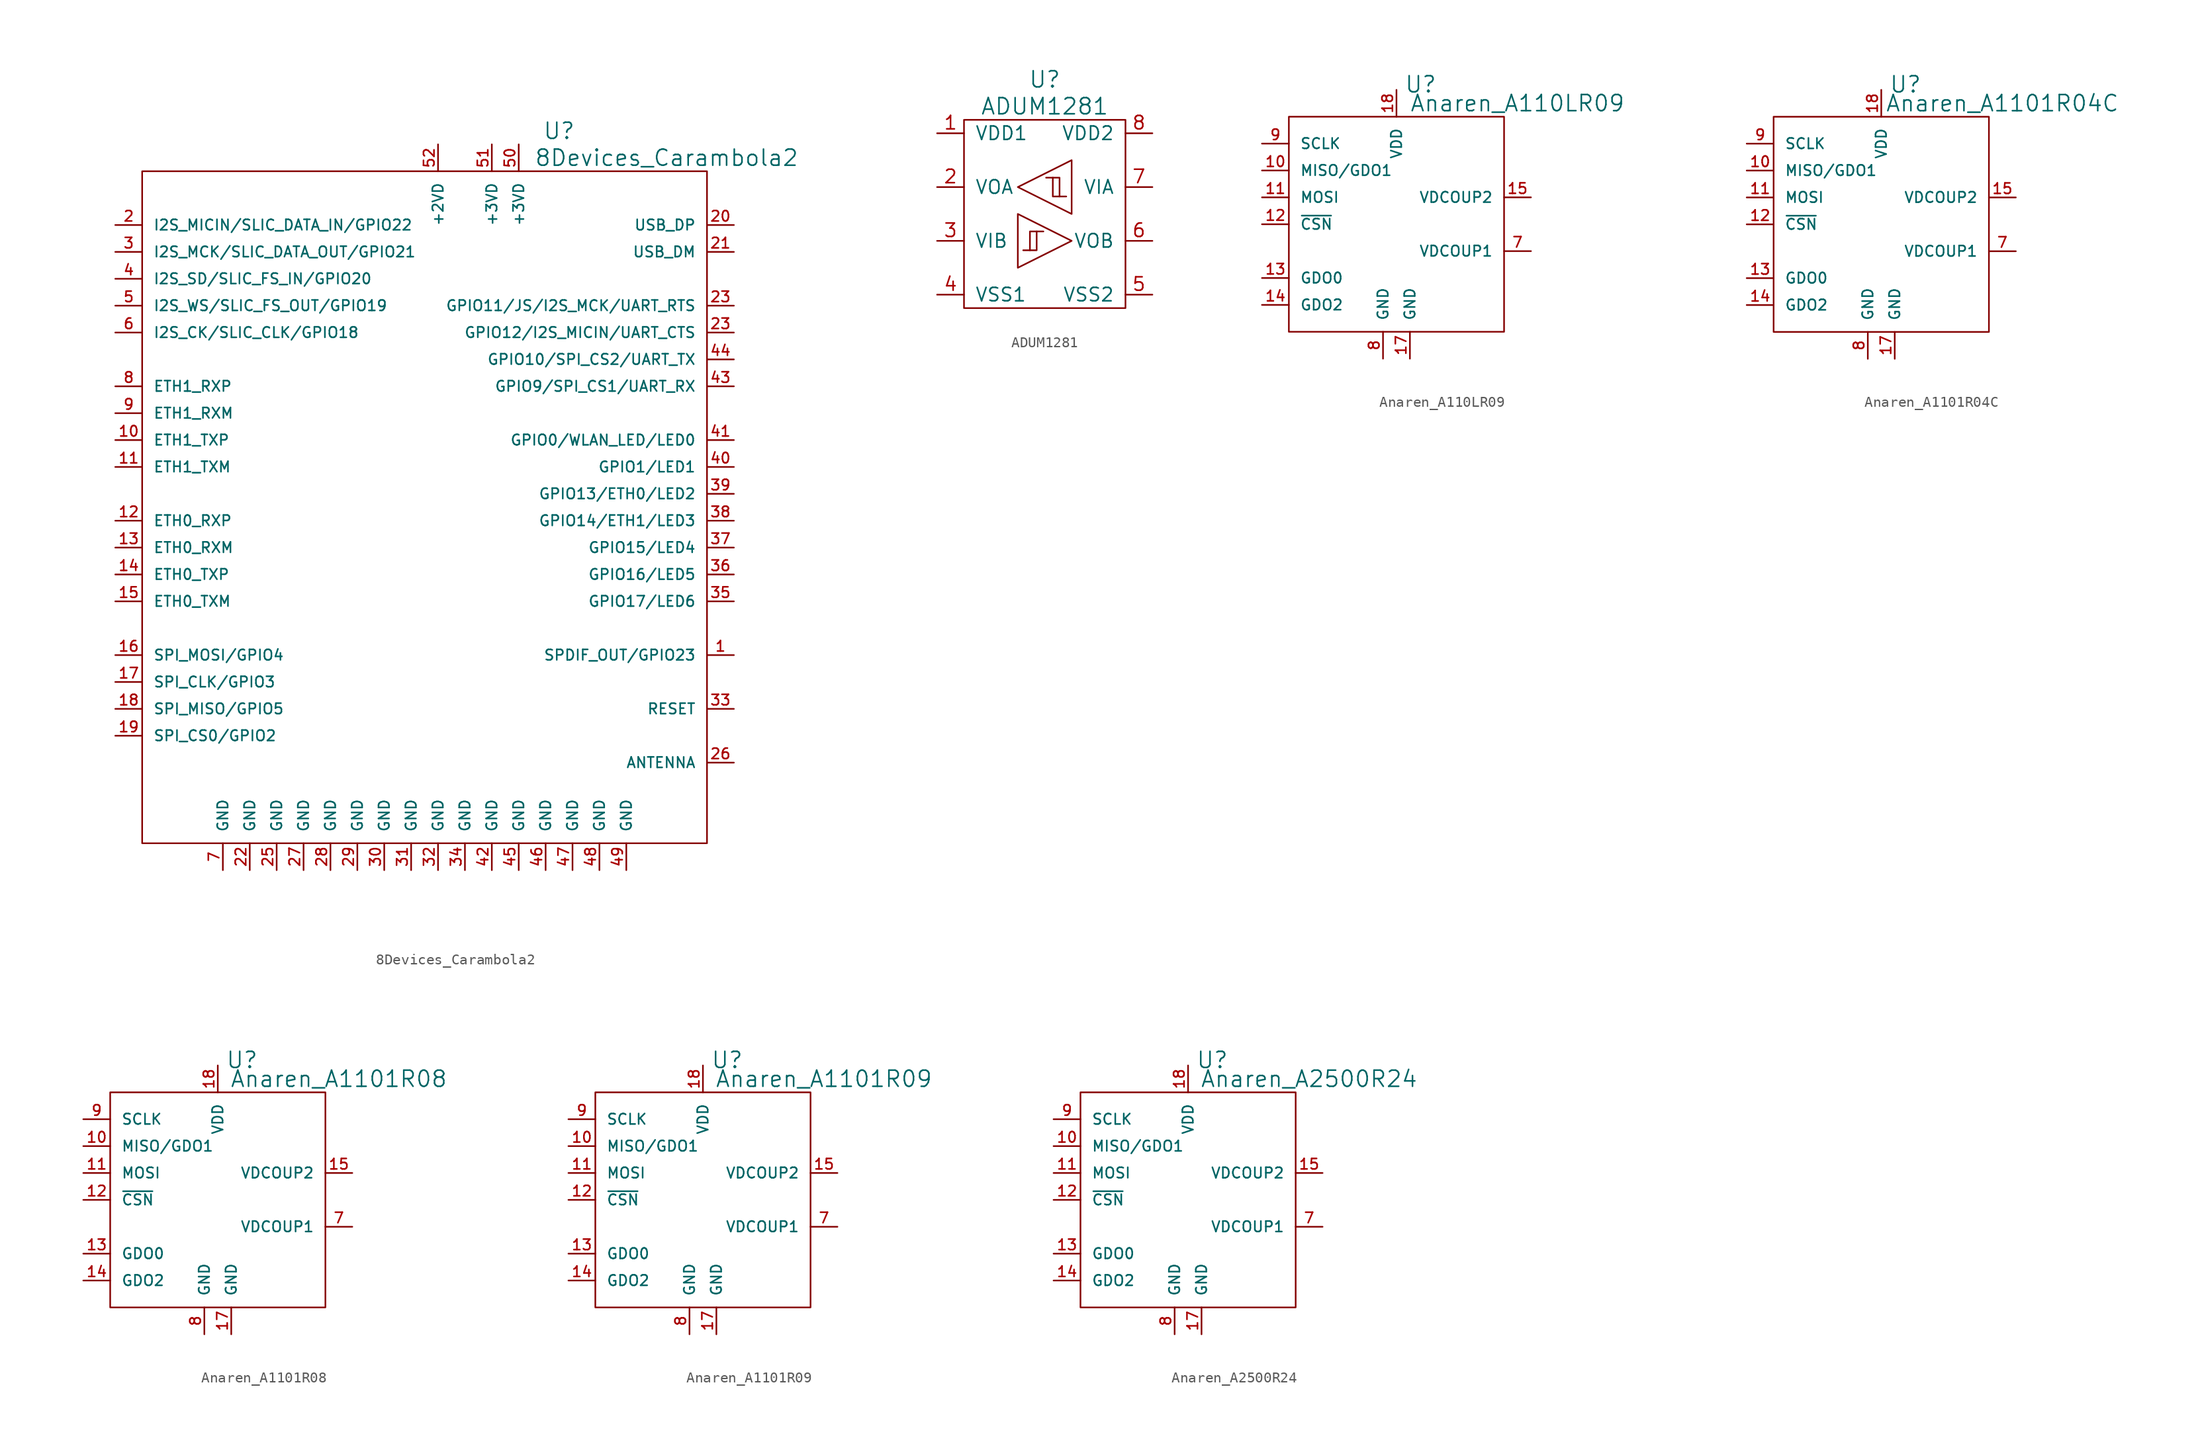
<source format=kicad_sym>
(kicad_symbol_lib
  (version 20220914)
  (generator kicad_symbol_editor)
  (symbol "8Devices_Carambola2"
    (pin_names
      (offset 1.016))
    (property "Reference" "U"
      (at 12.7 35.56 0)
      (effects (font (size 1.524 1.524))))
    (property "Value" "8Devices_Carambola2"
      (at 22.86 33.02 0)
      (effects (font (size 1.524 1.524))))
    (property "Footprint" ""
      (at 1.27 0 0)
      (effects (font (size 1.524 1.524))))
    (property "Datasheet" ""
      (at 0 0 0)
      (effects (font (size 1.524 1.524))))
    (symbol "8Devices_Carambola2_0_1"
      (rectangle (start 26.67 -31.75) (end -26.67 31.75) (stroke (width 0) (type solid)) (fill (type none))))
    (symbol "8Devices_Carambola2_1_1"
      (pin passive line (at 29.21 -13.97 180) (length 2.54) (name "SPDIF_OUT/GPIO23" (effects (font (size 0.991 0.991)))) (number "1" (effects (font (size 0.991 0.991)))))
      (pin passive line (at -29.21 6.35 0) (length 2.54) (name "ETH1_TXP" (effects (font (size 0.991 0.991)))) (number "10" (effects (font (size 0.991 0.991)))))
      (pin passive line (at -29.21 3.81 0) (length 2.54) (name "ETH1_TXM" (effects (font (size 0.991 0.991)))) (number "11" (effects (font (size 0.991 0.991)))))
      (pin passive line (at -29.21 -1.27 0) (length 2.54) (name "ETH0_RXP" (effects (font (size 0.991 0.991)))) (number "12" (effects (font (size 0.991 0.991)))))
      (pin passive line (at -29.21 -3.81 0) (length 2.54) (name "ETH0_RXM" (effects (font (size 0.991 0.991)))) (number "13" (effects (font (size 0.991 0.991)))))
      (pin passive line (at -29.21 -6.35 0) (length 2.54) (name "ETH0_TXP" (effects (font (size 0.991 0.991)))) (number "14" (effects (font (size 0.991 0.991)))))
      (pin passive line (at -29.21 -8.89 0) (length 2.54) (name "ETH0_TXM" (effects (font (size 0.991 0.991)))) (number "15" (effects (font (size 0.991 0.991)))))
      (pin passive line (at -29.21 -13.97 0) (length 2.54) (name "SPI_MOSI/GPIO4" (effects (font (size 0.991 0.991)))) (number "16" (effects (font (size 0.991 0.991)))))
      (pin passive line (at -29.21 -16.51 0) (length 2.54) (name "SPI_CLK/GPIO3" (effects (font (size 0.991 0.991)))) (number "17" (effects (font (size 0.991 0.991)))))
      (pin passive line (at -29.21 -19.05 0) (length 2.54) (name "SPI_MISO/GPIO5" (effects (font (size 0.991 0.991)))) (number "18" (effects (font (size 0.991 0.991)))))
      (pin passive line (at -29.21 -21.59 0) (length 2.54) (name "SPI_CS0/GPIO2" (effects (font (size 0.991 0.991)))) (number "19" (effects (font (size 0.991 0.991)))))
      (pin passive line (at -29.21 26.67 0) (length 2.54) (name "I2S_MICIN/SLIC_DATA_IN/GPIO22" (effects (font (size 0.991 0.991)))) (number "2" (effects (font (size 0.991 0.991)))))
      (pin passive line (at 29.21 26.67 180) (length 2.54) (name "USB_DP" (effects (font (size 0.991 0.991)))) (number "20" (effects (font (size 0.991 0.991)))))
      (pin passive line (at 29.21 24.13 180) (length 2.54) (name "USB_DM" (effects (font (size 0.991 0.991)))) (number "21" (effects (font (size 0.991 0.991)))))
      (pin passive line (at -16.51 -34.29 90) (length 2.54) (name "GND" (effects (font (size 0.991 0.991)))) (number "22" (effects (font (size 0.991 0.991)))))
      (pin passive line (at 29.21 19.05 180) (length 2.54) (name "GPIO11/JS/I2S_MCK/UART_RTS" (effects (font (size 0.991 0.991)))) (number "23" (effects (font (size 0.991 0.991)))))
      (pin passive line (at 29.21 16.51 180) (length 2.54) (name "GPIO12/I2S_MICIN/UART_CTS" (effects (font (size 0.991 0.991)))) (number "23" (effects (font (size 0.991 0.991)))))
      (pin passive line (at -13.97 -34.29 90) (length 2.54) (name "GND" (effects (font (size 0.991 0.991)))) (number "25" (effects (font (size 0.991 0.991)))))
      (pin passive line (at 29.21 -24.13 180) (length 2.54) (name "ANTENNA" (effects (font (size 0.991 0.991)))) (number "26" (effects (font (size 0.991 0.991)))))
      (pin passive line (at -11.43 -34.29 90) (length 2.54) (name "GND" (effects (font (size 0.991 0.991)))) (number "27" (effects (font (size 0.991 0.991)))))
      (pin passive line (at -8.89 -34.29 90) (length 2.54) (name "GND" (effects (font (size 0.991 0.991)))) (number "28" (effects (font (size 0.991 0.991)))))
      (pin passive line (at -6.35 -34.29 90) (length 2.54) (name "GND" (effects (font (size 0.991 0.991)))) (number "29" (effects (font (size 0.991 0.991)))))
      (pin passive line (at -29.21 24.13 0) (length 2.54) (name "I2S_MCK/SLIC_DATA_OUT/GPIO21" (effects (font (size 0.991 0.991)))) (number "3" (effects (font (size 0.991 0.991)))))
      (pin passive line (at -3.81 -34.29 90) (length 2.54) (name "GND" (effects (font (size 0.991 0.991)))) (number "30" (effects (font (size 0.991 0.991)))))
      (pin passive line (at -1.27 -34.29 90) (length 2.54) (name "GND" (effects (font (size 0.991 0.991)))) (number "31" (effects (font (size 0.991 0.991)))))
      (pin passive line (at 1.27 -34.29 90) (length 2.54) (name "GND" (effects (font (size 0.991 0.991)))) (number "32" (effects (font (size 0.991 0.991)))))
      (pin passive line (at 29.21 -19.05 180) (length 2.54) (name "RESET" (effects (font (size 0.991 0.991)))) (number "33" (effects (font (size 0.991 0.991)))))
      (pin passive line (at 3.81 -34.29 90) (length 2.54) (name "GND" (effects (font (size 0.991 0.991)))) (number "34" (effects (font (size 0.991 0.991)))))
      (pin passive line (at 29.21 -8.89 180) (length 2.54) (name "GPIO17/LED6" (effects (font (size 0.991 0.991)))) (number "35" (effects (font (size 0.991 0.991)))))
      (pin passive line (at 29.21 -6.35 180) (length 2.54) (name "GPIO16/LED5" (effects (font (size 0.991 0.991)))) (number "36" (effects (font (size 0.991 0.991)))))
      (pin passive line (at 29.21 -3.81 180) (length 2.54) (name "GPIO15/LED4" (effects (font (size 0.991 0.991)))) (number "37" (effects (font (size 0.991 0.991)))))
      (pin passive line (at 29.21 -1.27 180) (length 2.54) (name "GPIO14/ETH1/LED3" (effects (font (size 0.991 0.991)))) (number "38" (effects (font (size 0.991 0.991)))))
      (pin passive line (at 29.21 1.27 180) (length 2.54) (name "GPIO13/ETH0/LED2" (effects (font (size 0.991 0.991)))) (number "39" (effects (font (size 0.991 0.991)))))
      (pin passive line (at -29.21 21.59 0) (length 2.54) (name "I2S_SD/SLIC_FS_IN/GPIO20" (effects (font (size 0.991 0.991)))) (number "4" (effects (font (size 0.991 0.991)))))
      (pin passive line (at 29.21 3.81 180) (length 2.54) (name "GPIO1/LED1" (effects (font (size 0.991 0.991)))) (number "40" (effects (font (size 0.991 0.991)))))
      (pin passive line (at 29.21 6.35 180) (length 2.54) (name "GPIO0/WLAN_LED/LED0" (effects (font (size 0.991 0.991)))) (number "41" (effects (font (size 0.991 0.991)))))
      (pin passive line (at 6.35 -34.29 90) (length 2.54) (name "GND" (effects (font (size 0.991 0.991)))) (number "42" (effects (font (size 0.991 0.991)))))
      (pin passive line (at 29.21 11.43 180) (length 2.54) (name "GPIO9/SPI_CS1/UART_RX" (effects (font (size 0.991 0.991)))) (number "43" (effects (font (size 0.991 0.991)))))
      (pin passive line (at 29.21 13.97 180) (length 2.54) (name "GPIO10/SPI_CS2/UART_TX" (effects (font (size 0.991 0.991)))) (number "44" (effects (font (size 0.991 0.991)))))
      (pin passive line (at 8.89 -34.29 90) (length 2.54) (name "GND" (effects (font (size 0.991 0.991)))) (number "45" (effects (font (size 0.991 0.991)))))
      (pin passive line (at 11.43 -34.29 90) (length 2.54) (name "GND" (effects (font (size 0.991 0.991)))) (number "46" (effects (font (size 0.991 0.991)))))
      (pin passive line (at 13.97 -34.29 90) (length 2.54) (name "GND" (effects (font (size 0.991 0.991)))) (number "47" (effects (font (size 0.991 0.991)))))
      (pin passive line (at 16.51 -34.29 90) (length 2.54) (name "GND" (effects (font (size 0.991 0.991)))) (number "48" (effects (font (size 0.991 0.991)))))
      (pin passive line (at 19.05 -34.29 90) (length 2.54) (name "GND" (effects (font (size 0.991 0.991)))) (number "49" (effects (font (size 0.991 0.991)))))
      (pin passive line (at -29.21 19.05 0) (length 2.54) (name "I2S_WS/SLIC_FS_OUT/GPIO19" (effects (font (size 0.991 0.991)))) (number "5" (effects (font (size 0.991 0.991)))))
      (pin passive line (at 8.89 34.29 270) (length 2.54) (name "+3VD" (effects (font (size 0.991 0.991)))) (number "50" (effects (font (size 0.991 0.991)))))
      (pin passive line (at 6.35 34.29 270) (length 2.54) (name "+3VD" (effects (font (size 0.991 0.991)))) (number "51" (effects (font (size 0.991 0.991)))))
      (pin passive line (at 1.27 34.29 270) (length 2.54) (name "+2VD" (effects (font (size 0.991 0.991)))) (number "52" (effects (font (size 0.991 0.991)))))
      (pin passive line (at -29.21 16.51 0) (length 2.54) (name "I2S_CK/SLIC_CLK/GPIO18" (effects (font (size 0.991 0.991)))) (number "6" (effects (font (size 0.991 0.991)))))
      (pin passive line (at -19.05 -34.29 90) (length 2.54) (name "GND" (effects (font (size 0.991 0.991)))) (number "7" (effects (font (size 0.991 0.991)))))
      (pin passive line (at -29.21 11.43 0) (length 2.54) (name "ETH1_RXP" (effects (font (size 0.991 0.991)))) (number "8" (effects (font (size 0.991 0.991)))))
      (pin passive line (at -29.21 8.89 0) (length 2.54) (name "ETH1_RXM" (effects (font (size 0.991 0.991)))) (number "9" (effects (font (size 0.991 0.991)))))))
  (symbol "ADUM1281"
    (pin_names
      (offset 1.016))
    (property "Reference" "U"
      (at 0 12.7 0)
      (effects (font (size 1.524 1.524))))
    (property "Value" "ADUM1281"
      (at 0 10.16 0)
      (effects (font (size 1.524 1.524))))
    (property "Footprint" ""
      (at 0 0 0)
      (effects (font (size 1.524 1.524))))
    (property "Datasheet" ""
      (at 0 0 0)
      (effects (font (size 1.524 1.524))))
    (symbol "ADUM1281_0_1"
      (rectangle (start -7.62 8.89) (end 7.62 -8.89) (stroke (width 0) (type solid)) (fill (type none)))
      (polyline (pts (xy -0.762 -1.651) (xy -1.397 -1.651) (xy -1.397 -3.429)) (stroke (width 0) (type solid)) (fill (type none)))
      (polyline (pts (xy 0.762 3.429) (xy 1.397 3.429) (xy 1.397 1.651)) (stroke (width 0) (type solid)) (fill (type none)))
      (polyline (pts (xy -2.54 2.54) (xy 2.54 5.08) (xy 2.54 0) (xy -2.54 2.54)) (stroke (width 0) (type solid)) (fill (type none)))
      (polyline (pts (xy -2.032 -3.429) (xy -0.762 -3.429) (xy -0.762 -1.651) (xy -0.127 -1.651)) (stroke (width 0) (type solid)) (fill (type none)))
      (polyline (pts (xy 2.032 1.651) (xy 0.762 1.651) (xy 0.762 3.429) (xy 0.127 3.429)) (stroke (width 0) (type solid)) (fill (type none)))
      (polyline (pts (xy 2.54 -2.54) (xy -2.54 0) (xy -2.54 -5.08) (xy 2.54 -2.54)) (stroke (width 0) (type solid)) (fill (type none))))
    (symbol "ADUM1281_1_1"
      (pin passive line (at -10.16 7.62 0) (length 2.54) (name "VDD1" (effects (font (size 1.27 1.27)))) (number "1" (effects (font (size 1.27 1.27)))))
      (pin passive line (at -10.16 2.54 0) (length 2.54) (name "VOA" (effects (font (size 1.27 1.27)))) (number "2" (effects (font (size 1.27 1.27)))))
      (pin passive line (at -10.16 -2.54 0) (length 2.54) (name "VIB" (effects (font (size 1.27 1.27)))) (number "3" (effects (font (size 1.27 1.27)))))
      (pin passive line (at -10.16 -7.62 0) (length 2.54) (name "VSS1" (effects (font (size 1.27 1.27)))) (number "4" (effects (font (size 1.27 1.27)))))
      (pin passive line (at 10.16 -7.62 180) (length 2.54) (name "VSS2" (effects (font (size 1.27 1.27)))) (number "5" (effects (font (size 1.27 1.27)))))
      (pin passive line (at 10.16 -2.54 180) (length 2.54) (name "VOB" (effects (font (size 1.27 1.27)))) (number "6" (effects (font (size 1.27 1.27)))))
      (pin passive line (at 10.16 2.54 180) (length 2.54) (name "VIA" (effects (font (size 1.27 1.27)))) (number "7" (effects (font (size 1.27 1.27)))))
      (pin passive line (at 10.16 7.62 180) (length 2.54) (name "VDD2" (effects (font (size 1.27 1.27)))) (number "8" (effects (font (size 1.27 1.27)))))))
  (symbol "Anaren_A110LR09"
    (pin_names
      (offset 1.016))
    (property "Reference" "U"
      (at 2.286 13.208 0)
      (effects (font (size 1.524 1.524))))
    (property "Value" "Anaren_A110LR09"
      (at 11.43 11.43 0)
      (effects (font (size 1.524 1.524))))
    (property "Footprint" ""
      (at 0 0 0)
      (effects (font (size 1.524 1.524))))
    (property "Datasheet" ""
      (at 0 0 0)
      (effects (font (size 1.524 1.524))))
    (symbol "Anaren_A110LR09_0_1"
      (rectangle (start -10.16 10.16) (end 10.16 -10.16) (stroke (width 0) (type solid)) (fill (type none))))
    (symbol "Anaren_A110LR09_1_1"
      (pin passive line (at -12.7 5.08 0) (length 2.54) (name "MISO/GDO1" (effects (font (size 0.991 0.991)))) (number "10" (effects (font (size 0.991 0.991)))))
      (pin passive line (at -12.7 2.54 0) (length 2.54) (name "MOSI" (effects (font (size 0.991 0.991)))) (number "11" (effects (font (size 0.991 0.991)))))
      (pin passive line (at -12.7 0 0) (length 2.54) (name "~{CSN}" (effects (font (size 0.991 0.991)))) (number "12" (effects (font (size 0.991 0.991)))))
      (pin passive line (at -12.7 -5.08 0) (length 2.54) (name "GDO0" (effects (font (size 0.991 0.991)))) (number "13" (effects (font (size 0.991 0.991)))))
      (pin passive line (at -12.7 -7.62 0) (length 2.54) (name "GDO2" (effects (font (size 0.991 0.991)))) (number "14" (effects (font (size 0.991 0.991)))))
      (pin passive line (at 12.7 2.54 180) (length 2.54) (name "VDCOUP2" (effects (font (size 0.991 0.991)))) (number "15" (effects (font (size 0.991 0.991)))))
      (pin passive line (at 1.27 -12.7 90) (length 2.54) (name "GND" (effects (font (size 0.991 0.991)))) (number "17" (effects (font (size 0.991 0.991)))))
      (pin passive line (at 0 12.7 270) (length 2.54) (name "VDD" (effects (font (size 0.991 0.991)))) (number "18" (effects (font (size 0.991 0.991)))))
      (pin passive line (at 12.7 -2.54 180) (length 2.54) (name "VDCOUP1" (effects (font (size 0.991 0.991)))) (number "7" (effects (font (size 0.991 0.991)))))
      (pin passive line (at -1.27 -12.7 90) (length 2.54) (name "GND" (effects (font (size 0.991 0.991)))) (number "8" (effects (font (size 0.991 0.991)))))
      (pin passive line (at -12.7 7.62 0) (length 2.54) (name "SCLK" (effects (font (size 0.991 0.991)))) (number "9" (effects (font (size 0.991 0.991)))))))
  (symbol "Anaren_A1101R04C"
    (pin_names
      (offset 1.016))
    (property "Reference" "U"
      (at 2.286 13.208 0)
      (effects (font (size 1.524 1.524))))
    (property "Value" "Anaren_A1101R04C"
      (at 11.43 11.43 0)
      (effects (font (size 1.524 1.524))))
    (property "Footprint" ""
      (at 0 0 0)
      (effects (font (size 1.524 1.524))))
    (property "Datasheet" ""
      (at 0 0 0)
      (effects (font (size 1.524 1.524))))
    (symbol "Anaren_A1101R04C_0_1"
      (rectangle (start -10.16 10.16) (end 10.16 -10.16) (stroke (width 0) (type solid)) (fill (type none))))
    (symbol "Anaren_A1101R04C_1_1"
      (pin passive line (at -12.7 5.08 0) (length 2.54) (name "MISO/GDO1" (effects (font (size 0.991 0.991)))) (number "10" (effects (font (size 0.991 0.991)))))
      (pin passive line (at -12.7 2.54 0) (length 2.54) (name "MOSI" (effects (font (size 0.991 0.991)))) (number "11" (effects (font (size 0.991 0.991)))))
      (pin passive line (at -12.7 0 0) (length 2.54) (name "~{CSN}" (effects (font (size 0.991 0.991)))) (number "12" (effects (font (size 0.991 0.991)))))
      (pin passive line (at -12.7 -5.08 0) (length 2.54) (name "GDO0" (effects (font (size 0.991 0.991)))) (number "13" (effects (font (size 0.991 0.991)))))
      (pin passive line (at -12.7 -7.62 0) (length 2.54) (name "GDO2" (effects (font (size 0.991 0.991)))) (number "14" (effects (font (size 0.991 0.991)))))
      (pin passive line (at 12.7 2.54 180) (length 2.54) (name "VDCOUP2" (effects (font (size 0.991 0.991)))) (number "15" (effects (font (size 0.991 0.991)))))
      (pin passive line (at 1.27 -12.7 90) (length 2.54) (name "GND" (effects (font (size 0.991 0.991)))) (number "17" (effects (font (size 0.991 0.991)))))
      (pin passive line (at 0 12.7 270) (length 2.54) (name "VDD" (effects (font (size 0.991 0.991)))) (number "18" (effects (font (size 0.991 0.991)))))
      (pin passive line (at 12.7 -2.54 180) (length 2.54) (name "VDCOUP1" (effects (font (size 0.991 0.991)))) (number "7" (effects (font (size 0.991 0.991)))))
      (pin passive line (at -1.27 -12.7 90) (length 2.54) (name "GND" (effects (font (size 0.991 0.991)))) (number "8" (effects (font (size 0.991 0.991)))))
      (pin passive line (at -12.7 7.62 0) (length 2.54) (name "SCLK" (effects (font (size 0.991 0.991)))) (number "9" (effects (font (size 0.991 0.991)))))))
  (symbol "Anaren_A1101R08"
    (pin_names
      (offset 1.016))
    (property "Reference" "U"
      (at 2.286 13.208 0)
      (effects (font (size 1.524 1.524))))
    (property "Value" "Anaren_A1101R08"
      (at 11.43 11.43 0)
      (effects (font (size 1.524 1.524))))
    (property "Footprint" ""
      (at 0 0 0)
      (effects (font (size 1.524 1.524))))
    (property "Datasheet" ""
      (at 0 0 0)
      (effects (font (size 1.524 1.524))))
    (symbol "Anaren_A1101R08_0_1"
      (rectangle (start -10.16 10.16) (end 10.16 -10.16) (stroke (width 0) (type solid)) (fill (type none))))
    (symbol "Anaren_A1101R08_1_1"
      (pin passive line (at -12.7 5.08 0) (length 2.54) (name "MISO/GDO1" (effects (font (size 0.991 0.991)))) (number "10" (effects (font (size 0.991 0.991)))))
      (pin passive line (at -12.7 2.54 0) (length 2.54) (name "MOSI" (effects (font (size 0.991 0.991)))) (number "11" (effects (font (size 0.991 0.991)))))
      (pin passive line (at -12.7 0 0) (length 2.54) (name "~{CSN}" (effects (font (size 0.991 0.991)))) (number "12" (effects (font (size 0.991 0.991)))))
      (pin passive line (at -12.7 -5.08 0) (length 2.54) (name "GDO0" (effects (font (size 0.991 0.991)))) (number "13" (effects (font (size 0.991 0.991)))))
      (pin passive line (at -12.7 -7.62 0) (length 2.54) (name "GDO2" (effects (font (size 0.991 0.991)))) (number "14" (effects (font (size 0.991 0.991)))))
      (pin passive line (at 12.7 2.54 180) (length 2.54) (name "VDCOUP2" (effects (font (size 0.991 0.991)))) (number "15" (effects (font (size 0.991 0.991)))))
      (pin passive line (at 1.27 -12.7 90) (length 2.54) (name "GND" (effects (font (size 0.991 0.991)))) (number "17" (effects (font (size 0.991 0.991)))))
      (pin passive line (at 0 12.7 270) (length 2.54) (name "VDD" (effects (font (size 0.991 0.991)))) (number "18" (effects (font (size 0.991 0.991)))))
      (pin passive line (at 12.7 -2.54 180) (length 2.54) (name "VDCOUP1" (effects (font (size 0.991 0.991)))) (number "7" (effects (font (size 0.991 0.991)))))
      (pin passive line (at -1.27 -12.7 90) (length 2.54) (name "GND" (effects (font (size 0.991 0.991)))) (number "8" (effects (font (size 0.991 0.991)))))
      (pin passive line (at -12.7 7.62 0) (length 2.54) (name "SCLK" (effects (font (size 0.991 0.991)))) (number "9" (effects (font (size 0.991 0.991)))))))
  (symbol "Anaren_A1101R09"
    (pin_names
      (offset 1.016))
    (property "Reference" "U"
      (at 2.286 13.208 0)
      (effects (font (size 1.524 1.524))))
    (property "Value" "Anaren_A1101R09"
      (at 11.43 11.43 0)
      (effects (font (size 1.524 1.524))))
    (property "Footprint" ""
      (at 0 0 0)
      (effects (font (size 1.524 1.524))))
    (property "Datasheet" ""
      (at 0 0 0)
      (effects (font (size 1.524 1.524))))
    (symbol "Anaren_A1101R09_0_1"
      (rectangle (start -10.16 10.16) (end 10.16 -10.16) (stroke (width 0) (type solid)) (fill (type none))))
    (symbol "Anaren_A1101R09_1_1"
      (pin passive line (at -12.7 5.08 0) (length 2.54) (name "MISO/GDO1" (effects (font (size 0.991 0.991)))) (number "10" (effects (font (size 0.991 0.991)))))
      (pin passive line (at -12.7 2.54 0) (length 2.54) (name "MOSI" (effects (font (size 0.991 0.991)))) (number "11" (effects (font (size 0.991 0.991)))))
      (pin passive line (at -12.7 0 0) (length 2.54) (name "~{CSN}" (effects (font (size 0.991 0.991)))) (number "12" (effects (font (size 0.991 0.991)))))
      (pin passive line (at -12.7 -5.08 0) (length 2.54) (name "GDO0" (effects (font (size 0.991 0.991)))) (number "13" (effects (font (size 0.991 0.991)))))
      (pin passive line (at -12.7 -7.62 0) (length 2.54) (name "GDO2" (effects (font (size 0.991 0.991)))) (number "14" (effects (font (size 0.991 0.991)))))
      (pin passive line (at 12.7 2.54 180) (length 2.54) (name "VDCOUP2" (effects (font (size 0.991 0.991)))) (number "15" (effects (font (size 0.991 0.991)))))
      (pin passive line (at 1.27 -12.7 90) (length 2.54) (name "GND" (effects (font (size 0.991 0.991)))) (number "17" (effects (font (size 0.991 0.991)))))
      (pin passive line (at 0 12.7 270) (length 2.54) (name "VDD" (effects (font (size 0.991 0.991)))) (number "18" (effects (font (size 0.991 0.991)))))
      (pin passive line (at 12.7 -2.54 180) (length 2.54) (name "VDCOUP1" (effects (font (size 0.991 0.991)))) (number "7" (effects (font (size 0.991 0.991)))))
      (pin passive line (at -1.27 -12.7 90) (length 2.54) (name "GND" (effects (font (size 0.991 0.991)))) (number "8" (effects (font (size 0.991 0.991)))))
      (pin passive line (at -12.7 7.62 0) (length 2.54) (name "SCLK" (effects (font (size 0.991 0.991)))) (number "9" (effects (font (size 0.991 0.991)))))))
  (symbol "Anaren_A2500R24"
    (pin_names
      (offset 1.016))
    (property "Reference" "U"
      (at 2.286 13.208 0)
      (effects (font (size 1.524 1.524))))
    (property "Value" "Anaren_A2500R24"
      (at 11.43 11.43 0)
      (effects (font (size 1.524 1.524))))
    (property "Footprint" ""
      (at 0 0 0)
      (effects (font (size 1.524 1.524))))
    (property "Datasheet" ""
      (at 0 0 0)
      (effects (font (size 1.524 1.524))))
    (symbol "Anaren_A2500R24_0_1"
      (rectangle (start -10.16 10.16) (end 10.16 -10.16) (stroke (width 0) (type solid)) (fill (type none))))
    (symbol "Anaren_A2500R24_1_1"
      (pin passive line (at -12.7 5.08 0) (length 2.54) (name "MISO/GDO1" (effects (font (size 0.991 0.991)))) (number "10" (effects (font (size 0.991 0.991)))))
      (pin passive line (at -12.7 2.54 0) (length 2.54) (name "MOSI" (effects (font (size 0.991 0.991)))) (number "11" (effects (font (size 0.991 0.991)))))
      (pin passive line (at -12.7 0 0) (length 2.54) (name "~{CSN}" (effects (font (size 0.991 0.991)))) (number "12" (effects (font (size 0.991 0.991)))))
      (pin passive line (at -12.7 -5.08 0) (length 2.54) (name "GDO0" (effects (font (size 0.991 0.991)))) (number "13" (effects (font (size 0.991 0.991)))))
      (pin passive line (at -12.7 -7.62 0) (length 2.54) (name "GDO2" (effects (font (size 0.991 0.991)))) (number "14" (effects (font (size 0.991 0.991)))))
      (pin passive line (at 12.7 2.54 180) (length 2.54) (name "VDCOUP2" (effects (font (size 0.991 0.991)))) (number "15" (effects (font (size 0.991 0.991)))))
      (pin passive line (at 1.27 -12.7 90) (length 2.54) (name "GND" (effects (font (size 0.991 0.991)))) (number "17" (effects (font (size 0.991 0.991)))))
      (pin passive line (at 0 12.7 270) (length 2.54) (name "VDD" (effects (font (size 0.991 0.991)))) (number "18" (effects (font (size 0.991 0.991)))))
      (pin passive line (at 12.7 -2.54 180) (length 2.54) (name "VDCOUP1" (effects (font (size 0.991 0.991)))) (number "7" (effects (font (size 0.991 0.991)))))
      (pin passive line (at -1.27 -12.7 90) (length 2.54) (name "GND" (effects (font (size 0.991 0.991)))) (number "8" (effects (font (size 0.991 0.991)))))
      (pin passive line (at -12.7 7.62 0) (length 2.54) (name "SCLK" (effects (font (size 0.991 0.991)))) (number "9" (effects (font (size 0.991 0.991))))))))
</source>
